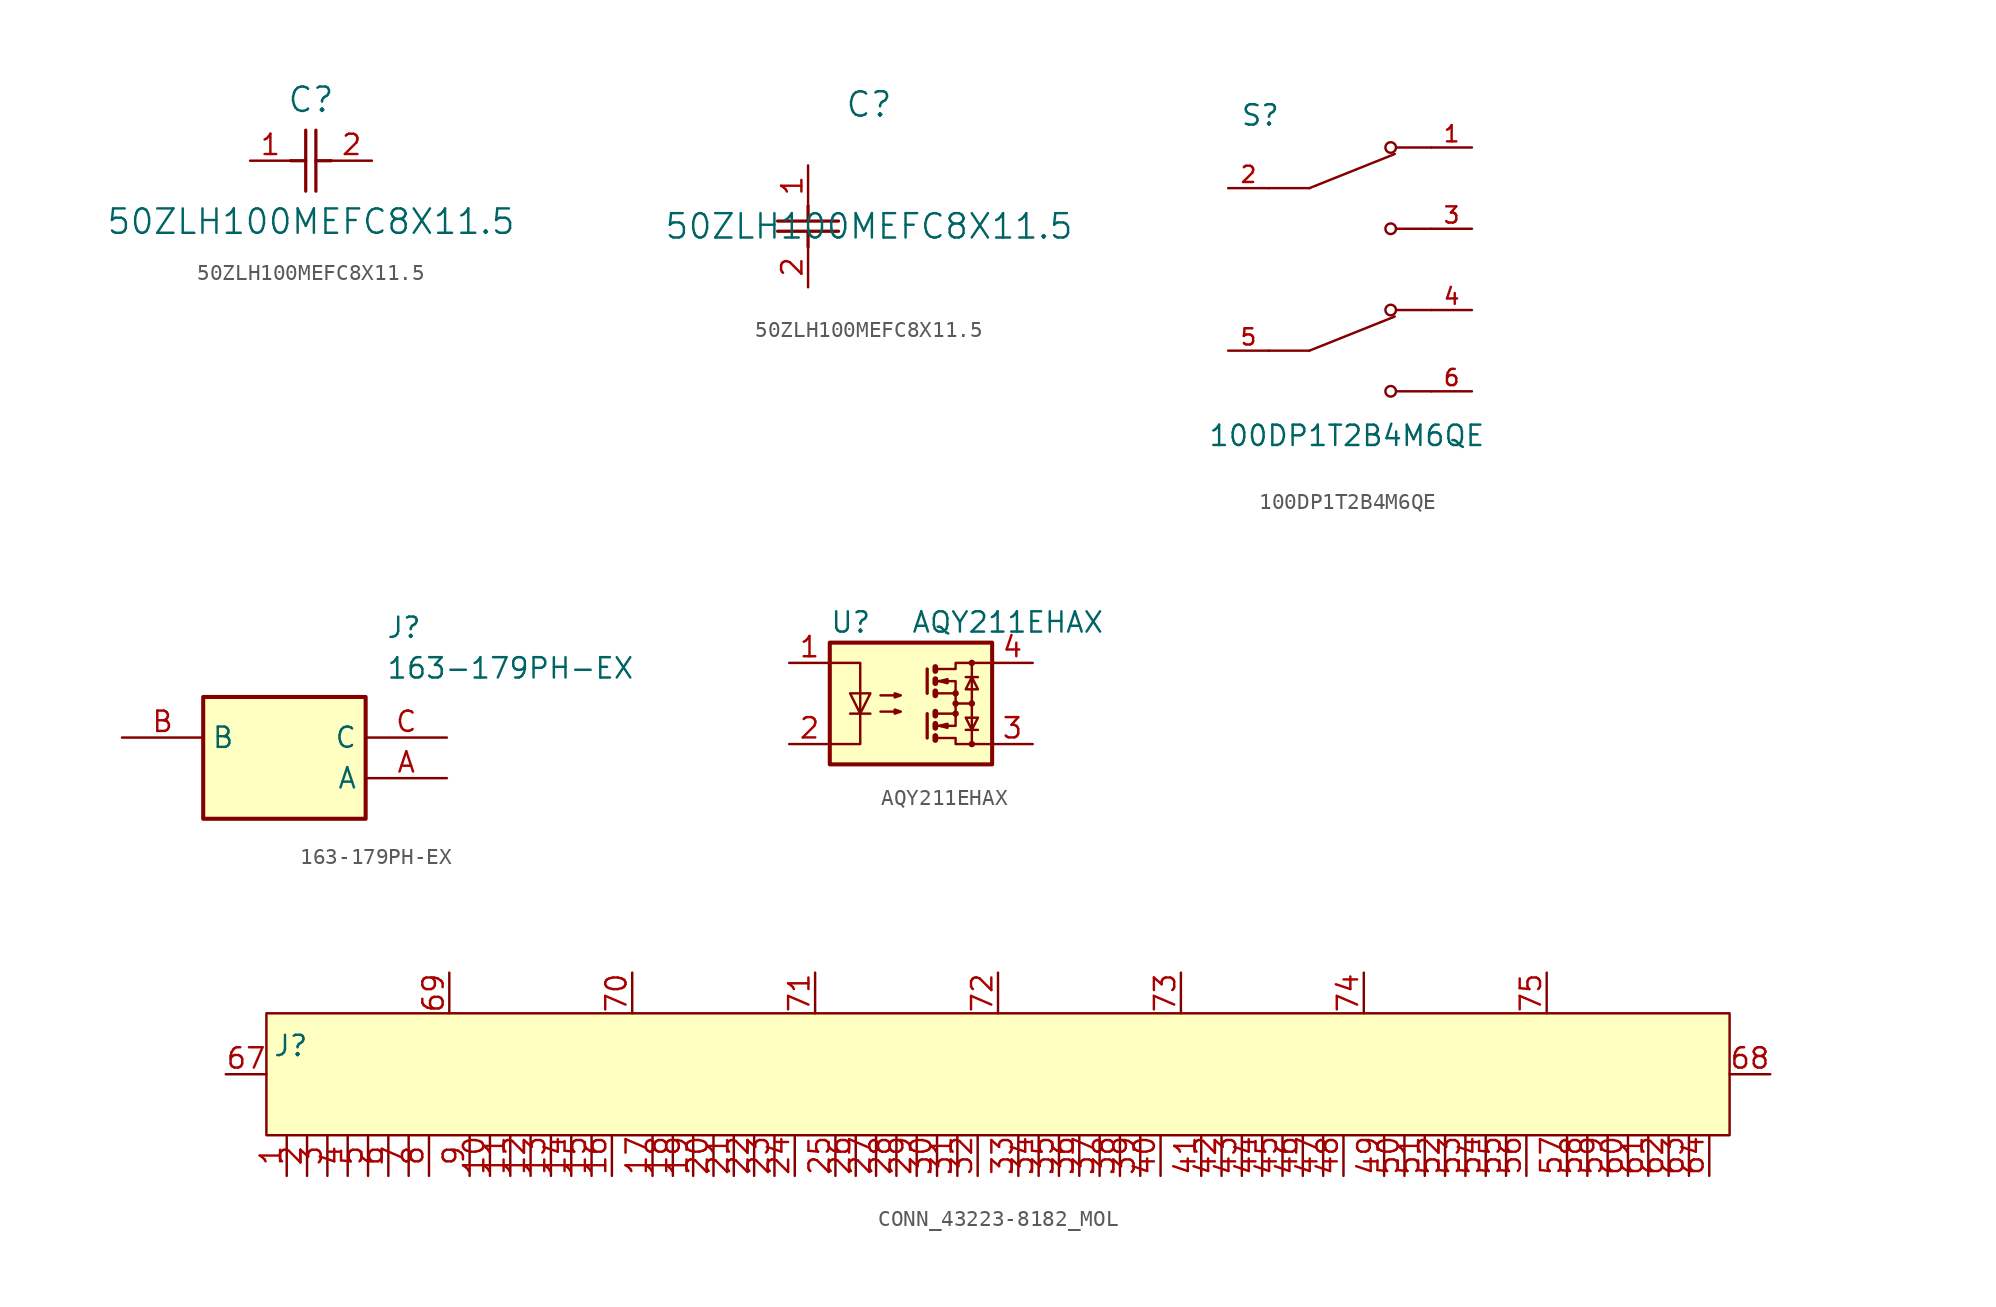
<source format=kicad_sym>
(kicad_symbol_lib
  (version 20231120)
  (generator "kicad_symbol_editor")
  (generator_version "8.0")
  (symbol "50ZLH100MEFC8X11.5"
    (pin_names
      (offset 0.254))
    (property "Reference" "C"
      (at 3.81 3.81 0)
      (effects (font (size 1.524 1.524))))
    (property "Value" "50ZLH100MEFC8X11.5"
      (at 3.81 -3.81 0)
      (effects (font (size 1.524 1.524))))
    (property "ki_locked" ""
      (at 0 0 0)
      (effects (font (size 1.27 1.27))))
    (symbol "50ZLH100MEFC8X11.5_1_1"
      (polyline (pts (xy 2.54 0) (xy 3.48 0)) (stroke (width 0.203) (type default)) (fill (type none)))
      (polyline (pts (xy 3.48 -1.905) (xy 3.48 1.905)) (stroke (width 0.203) (type default)) (fill (type none)))
      (polyline (pts (xy 4.115 -1.905) (xy 4.115 1.905)) (stroke (width 0.203) (type default)) (fill (type none)))
      (polyline (pts (xy 4.115 0) (xy 5.08 0)) (stroke (width 0.203) (type default)) (fill (type none)))
      (pin unspecified line (at 0 0 0) (length 2.54) (name "" (effects (font (size 1.27 1.27)))) (number "1" (effects (font (size 1.27 1.27)))))
      (pin unspecified line (at 7.62 0 180) (length 2.54) (name "" (effects (font (size 1.27 1.27)))) (number "2" (effects (font (size 1.27 1.27))))))
    (symbol "50ZLH100MEFC8X11.5_1_2"
      (polyline (pts (xy -1.905 -4.115) (xy 1.905 -4.115)) (stroke (width 0.203) (type default)) (fill (type none)))
      (polyline (pts (xy -1.905 -3.48) (xy 1.905 -3.48)) (stroke (width 0.203) (type default)) (fill (type none)))
      (polyline (pts (xy 0 -4.115) (xy 0 -5.08)) (stroke (width 0.203) (type default)) (fill (type none)))
      (polyline (pts (xy 0 -2.54) (xy 0 -3.48)) (stroke (width 0.203) (type default)) (fill (type none)))
      (pin unspecified line (at 0 0 270) (length 2.54) (name "" (effects (font (size 1.27 1.27)))) (number "1" (effects (font (size 1.27 1.27)))))
      (pin unspecified line (at 0 -7.62 90) (length 2.54) (name "" (effects (font (size 1.27 1.27)))) (number "2" (effects (font (size 1.27 1.27)))))))
  (symbol "100DP1T2B4M6QE"
    (pin_names
      (offset 1.016))
    (property "Reference" "S"
      (at -6.858 8.89 0)
      (effects (font (size 1.27 1.27)) (justify left bottom)))
    (property "Value" "100DP1T2B4M6QE"
      (at -8.89 -9.652 0)
      (effects (font (size 1.27 1.27)) (justify left top)))
    (symbol "100DP1T2B4M6QE_0_0"
      (polyline (pts (xy -2.54 -5.08) (xy -5.08 -5.08)) (stroke (width 0.152) (type default)) (fill (type none)))
      (polyline (pts (xy -2.54 -5.08) (xy 2.794 -2.946)) (stroke (width 0.152) (type default)) (fill (type none)))
      (polyline (pts (xy -2.54 5.08) (xy -5.08 5.08)) (stroke (width 0.152) (type default)) (fill (type none)))
      (polyline (pts (xy -2.54 5.08) (xy 2.794 7.214)) (stroke (width 0.152) (type default)) (fill (type none)))
      (polyline (pts (xy 5.08 -7.62) (xy 2.921 -7.62)) (stroke (width 0.152) (type default)) (fill (type none)))
      (polyline (pts (xy 5.08 -2.54) (xy 2.921 -2.54)) (stroke (width 0.152) (type default)) (fill (type none)))
      (polyline (pts (xy 5.08 2.54) (xy 2.921 2.54)) (stroke (width 0.152) (type default)) (fill (type none)))
      (polyline (pts (xy 5.08 7.62) (xy 2.921 7.62)) (stroke (width 0.152) (type default)) (fill (type none)))
      (circle (center 2.54 -7.62) (radius 0.33) (stroke (width 0.152) (type default)) (fill (type none)))
      (circle (center 2.54 -2.54) (radius 0.33) (stroke (width 0.152) (type default)) (fill (type none)))
      (circle (center 2.54 2.54) (radius 0.33) (stroke (width 0.152) (type default)) (fill (type none)))
      (circle (center 2.54 7.62) (radius 0.33) (stroke (width 0.152) (type default)) (fill (type none)))
      (pin passive line (at 7.62 7.62 180) (length 2.54) (name "~" (effects (font (size 1.016 1.016)))) (number "1" (effects (font (size 1.016 1.016)))))
      (pin passive line (at -7.62 5.08 0) (length 2.54) (name "~" (effects (font (size 1.016 1.016)))) (number "2" (effects (font (size 1.016 1.016)))))
      (pin passive line (at 7.62 2.54 180) (length 2.54) (name "~" (effects (font (size 1.016 1.016)))) (number "3" (effects (font (size 1.016 1.016)))))
      (pin passive line (at 7.62 -2.54 180) (length 2.54) (name "~" (effects (font (size 1.016 1.016)))) (number "4" (effects (font (size 1.016 1.016)))))
      (pin passive line (at -7.62 -5.08 0) (length 2.54) (name "~" (effects (font (size 1.016 1.016)))) (number "5" (effects (font (size 1.016 1.016)))))
      (pin passive line (at 7.62 -7.62 180) (length 2.54) (name "~" (effects (font (size 1.016 1.016)))) (number "6" (effects (font (size 1.016 1.016)))))))
  (symbol "163-179PH-EX"
    (property "Reference" "J"
      (at 16.51 7.62 0)
      (effects (font (size 1.27 1.27)) (justify left top)))
    (property "Value" "163-179PH-EX"
      (at 16.51 5.08 0)
      (effects (font (size 1.27 1.27)) (justify left top)))
    (symbol "163-179PH-EX_1_1"
      (rectangle (start 5.08 2.54) (end 15.24 -5.08) (stroke (width 0.254) (type default)) (fill (type background)))
      (pin passive line (at 20.32 -2.54 180) (length 5.08) (name "A" (effects (font (size 1.27 1.27)))) (number "A" (effects (font (size 1.27 1.27)))))
      (pin passive line (at 0 0 0) (length 5.08) (name "B" (effects (font (size 1.27 1.27)))) (number "B" (effects (font (size 1.27 1.27)))))
      (pin passive line (at 20.32 0 180) (length 5.08) (name "C" (effects (font (size 1.27 1.27)))) (number "C" (effects (font (size 1.27 1.27)))))))
  (symbol "AQY211EHAX"
    (property "Reference" "U"
      (at -5.08 5.08 0)
      (effects (font (size 1.27 1.27)) (justify left)))
    (property "Value" "AQY211EHAX"
      (at 0 5.08 0)
      (effects (font (size 1.27 1.27)) (justify left)))
    (symbol "AQY211EHAX_0_1"
      (polyline (pts (xy -3.81 -0.635) (xy -2.54 -0.635)) (stroke (width 0) (type default)) (fill (type none)))
      (polyline (pts (xy 1.016 -0.635) (xy 1.016 -2.159)) (stroke (width 0.203) (type default)) (fill (type none)))
      (polyline (pts (xy 1.016 2.159) (xy 1.016 0.635)) (stroke (width 0.203) (type default)) (fill (type none)))
      (polyline (pts (xy 1.524 -0.508) (xy 1.524 -0.762)) (stroke (width 0.356) (type default)) (fill (type none)))
      (polyline (pts (xy 2.794 0) (xy 3.81 0)) (stroke (width 0) (type default)) (fill (type none)))
      (polyline (pts (xy 3.429 -1.651) (xy 4.191 -1.651)) (stroke (width 0) (type default)) (fill (type none)))
      (polyline (pts (xy 3.429 1.651) (xy 4.191 1.651)) (stroke (width 0) (type default)) (fill (type none)))
      (polyline (pts (xy 3.81 -2.54) (xy 3.81 2.54)) (stroke (width 0) (type default)) (fill (type none)))
      (polyline (pts (xy 1.524 -2.032) (xy 1.524 -2.286) (xy 1.524 -2.286)) (stroke (width 0.356) (type default)) (fill (type none)))
      (polyline (pts (xy 1.524 -1.27) (xy 1.524 -1.524) (xy 1.524 -1.524)) (stroke (width 0.356) (type default)) (fill (type none)))
      (polyline (pts (xy 1.524 0.762) (xy 1.524 0.508) (xy 1.524 0.508)) (stroke (width 0.356) (type default)) (fill (type none)))
      (polyline (pts (xy 1.524 1.524) (xy 1.524 1.27) (xy 1.524 1.27)) (stroke (width 0.356) (type default)) (fill (type none)))
      (polyline (pts (xy 1.524 2.286) (xy 1.524 2.032) (xy 1.524 2.032)) (stroke (width 0.356) (type default)) (fill (type none)))
      (polyline (pts (xy 1.651 -1.397) (xy 2.794 -1.397) (xy 2.794 -0.635)) (stroke (width 0) (type default)) (fill (type none)))
      (polyline (pts (xy 1.651 1.397) (xy 2.794 1.397) (xy 2.794 0.635)) (stroke (width 0) (type default)) (fill (type none)))
      (polyline (pts (xy -5.08 2.54) (xy -3.175 2.54) (xy -3.175 -2.54) (xy -5.08 -2.54)) (stroke (width 0) (type default)) (fill (type none)))
      (polyline (pts (xy -3.175 -0.635) (xy -3.81 0.635) (xy -2.54 0.635) (xy -3.175 -0.635)) (stroke (width 0) (type default)) (fill (type none)))
      (polyline (pts (xy 1.651 -2.159) (xy 2.794 -2.159) (xy 2.794 -2.54) (xy 5.08 -2.54)) (stroke (width 0) (type default)) (fill (type none)))
      (polyline (pts (xy 1.651 -0.635) (xy 2.794 -0.635) (xy 2.794 0.635) (xy 1.651 0.635)) (stroke (width 0) (type default)) (fill (type none)))
      (polyline (pts (xy 1.651 2.159) (xy 2.794 2.159) (xy 2.794 2.54) (xy 5.08 2.54)) (stroke (width 0) (type default)) (fill (type none)))
      (polyline (pts (xy 1.778 -1.397) (xy 2.286 -1.27) (xy 2.286 -1.524) (xy 1.778 -1.397)) (stroke (width 0) (type default)) (fill (type none)))
      (polyline (pts (xy 1.778 1.397) (xy 2.286 1.524) (xy 2.286 1.27) (xy 1.778 1.397)) (stroke (width 0) (type default)) (fill (type none)))
      (polyline (pts (xy 3.81 -1.651) (xy 3.429 -0.889) (xy 4.191 -0.889) (xy 3.81 -1.651)) (stroke (width 0) (type default)) (fill (type none)))
      (polyline (pts (xy 3.81 1.651) (xy 3.429 0.889) (xy 4.191 0.889) (xy 3.81 1.651)) (stroke (width 0) (type default)) (fill (type none)))
      (polyline (pts (xy -1.905 -0.508) (xy -0.635 -0.508) (xy -1.016 -0.635) (xy -1.016 -0.381) (xy -0.635 -0.508)) (stroke (width 0) (type default)) (fill (type none)))
      (polyline (pts (xy -1.905 0.508) (xy -0.635 0.508) (xy -1.016 0.381) (xy -1.016 0.635) (xy -0.635 0.508)) (stroke (width 0) (type default)) (fill (type none)))
      (circle (center 2.794 -0.635) (radius 0.127) (stroke (width 0) (type default)) (fill (type none)))
      (circle (center 2.794 0) (radius 0.127) (stroke (width 0) (type default)) (fill (type none)))
      (circle (center 2.794 0.635) (radius 0.127) (stroke (width 0) (type default)) (fill (type none)))
      (circle (center 3.81 -2.54) (radius 0.127) (stroke (width 0) (type default)) (fill (type none)))
      (circle (center 3.81 0) (radius 0.127) (stroke (width 0) (type default)) (fill (type none)))
      (circle (center 3.81 2.54) (radius 0.127) (stroke (width 0) (type default)) (fill (type none))))
    (symbol "AQY211EHAX_1_1"
      (rectangle (start -5.08 3.81) (end 5.08 -3.81) (stroke (width 0.254) (type default)) (fill (type background)))
      (pin passive line (at -7.62 2.54 0) (length 2.54) (name "~" (effects (font (size 1.27 1.27)))) (number "1" (effects (font (size 1.27 1.27)))))
      (pin passive line (at -7.62 -2.54 0) (length 2.54) (name "~" (effects (font (size 1.27 1.27)))) (number "2" (effects (font (size 1.27 1.27)))))
      (pin passive line (at 7.62 -2.54 180) (length 2.54) (name "~" (effects (font (size 1.27 1.27)))) (number "3" (effects (font (size 1.27 1.27)))))
      (pin passive line (at 7.62 2.54 180) (length 2.54) (name "~" (effects (font (size 1.27 1.27)))) (number "4" (effects (font (size 1.27 1.27)))))))
  (symbol "CONN_43223-8182_MOL"
    (property "Reference" "J"
      (at -44.196 1.778 0)
      (effects (font (size 1.27 1.27))))
    (property "Value" ""
      (at -47.498 -3.302 90)
      (effects (font (size 1.27 1.27))))
    (symbol "CONN_43223-8182_MOL_1_1"
      (rectangle (start -45.72 3.81) (end 45.72 -3.81) (stroke (width 0) (type default)) (fill (type color) (color 255 255 194 1)))
      (pin bidirectional line (at -44.45 -6.35 90) (length 2.54) (name "" (effects (font (size 1.27 1.27)))) (number "1" (effects (font (size 1.27 1.27)))))
      (pin bidirectional line (at -31.75 -6.35 90) (length 2.54) (name "" (effects (font (size 1.27 1.27)))) (number "10" (effects (font (size 1.27 1.27)))))
      (pin bidirectional line (at -30.48 -6.35 90) (length 2.54) (name "" (effects (font (size 1.27 1.27)))) (number "11" (effects (font (size 1.27 1.27)))))
      (pin bidirectional line (at -29.21 -6.35 90) (length 2.54) (name "" (effects (font (size 1.27 1.27)))) (number "12" (effects (font (size 1.27 1.27)))))
      (pin bidirectional line (at -27.94 -6.35 90) (length 2.54) (name "" (effects (font (size 1.27 1.27)))) (number "13" (effects (font (size 1.27 1.27)))))
      (pin bidirectional line (at -26.67 -6.35 90) (length 2.54) (name "" (effects (font (size 1.27 1.27)))) (number "14" (effects (font (size 1.27 1.27)))))
      (pin bidirectional line (at -25.4 -6.35 90) (length 2.54) (name "" (effects (font (size 1.27 1.27)))) (number "15" (effects (font (size 1.27 1.27)))))
      (pin bidirectional line (at -24.13 -6.35 90) (length 2.54) (name "" (effects (font (size 1.27 1.27)))) (number "16" (effects (font (size 1.27 1.27)))))
      (pin bidirectional line (at -21.59 -6.35 90) (length 2.54) (name "" (effects (font (size 1.27 1.27)))) (number "17" (effects (font (size 1.27 1.27)))))
      (pin bidirectional line (at -20.32 -6.35 90) (length 2.54) (name "" (effects (font (size 1.27 1.27)))) (number "18" (effects (font (size 1.27 1.27)))))
      (pin bidirectional line (at -19.05 -6.35 90) (length 2.54) (name "" (effects (font (size 1.27 1.27)))) (number "19" (effects (font (size 1.27 1.27)))))
      (pin bidirectional line (at -43.18 -6.35 90) (length 2.54) (name "" (effects (font (size 1.27 1.27)))) (number "2" (effects (font (size 1.27 1.27)))))
      (pin bidirectional line (at -17.78 -6.35 90) (length 2.54) (name "" (effects (font (size 1.27 1.27)))) (number "20" (effects (font (size 1.27 1.27)))))
      (pin bidirectional line (at -16.51 -6.35 90) (length 2.54) (name "" (effects (font (size 1.27 1.27)))) (number "21" (effects (font (size 1.27 1.27)))))
      (pin bidirectional line (at -15.24 -6.35 90) (length 2.54) (name "" (effects (font (size 1.27 1.27)))) (number "22" (effects (font (size 1.27 1.27)))))
      (pin bidirectional line (at -13.97 -6.35 90) (length 2.54) (name "" (effects (font (size 1.27 1.27)))) (number "23" (effects (font (size 1.27 1.27)))))
      (pin bidirectional line (at -12.7 -6.35 90) (length 2.54) (name "" (effects (font (size 1.27 1.27)))) (number "24" (effects (font (size 1.27 1.27)))))
      (pin bidirectional line (at -10.16 -6.35 90) (length 2.54) (name "" (effects (font (size 1.27 1.27)))) (number "25" (effects (font (size 1.27 1.27)))))
      (pin bidirectional line (at -8.89 -6.35 90) (length 2.54) (name "" (effects (font (size 1.27 1.27)))) (number "26" (effects (font (size 1.27 1.27)))))
      (pin bidirectional line (at -7.62 -6.35 90) (length 2.54) (name "" (effects (font (size 1.27 1.27)))) (number "27" (effects (font (size 1.27 1.27)))))
      (pin bidirectional line (at -6.35 -6.35 90) (length 2.54) (name "" (effects (font (size 1.27 1.27)))) (number "28" (effects (font (size 1.27 1.27)))))
      (pin bidirectional line (at -5.08 -6.35 90) (length 2.54) (name "" (effects (font (size 1.27 1.27)))) (number "29" (effects (font (size 1.27 1.27)))))
      (pin bidirectional line (at -41.91 -6.35 90) (length 2.54) (name "" (effects (font (size 1.27 1.27)))) (number "3" (effects (font (size 1.27 1.27)))))
      (pin bidirectional line (at -3.81 -6.35 90) (length 2.54) (name "" (effects (font (size 1.27 1.27)))) (number "30" (effects (font (size 1.27 1.27)))))
      (pin bidirectional line (at -2.54 -6.35 90) (length 2.54) (name "" (effects (font (size 1.27 1.27)))) (number "31" (effects (font (size 1.27 1.27)))))
      (pin bidirectional line (at -1.27 -6.35 90) (length 2.54) (name "" (effects (font (size 1.27 1.27)))) (number "32" (effects (font (size 1.27 1.27)))))
      (pin bidirectional line (at 1.27 -6.35 90) (length 2.54) (name "" (effects (font (size 1.27 1.27)))) (number "33" (effects (font (size 1.27 1.27)))))
      (pin bidirectional line (at 2.54 -6.35 90) (length 2.54) (name "" (effects (font (size 1.27 1.27)))) (number "34" (effects (font (size 1.27 1.27)))))
      (pin bidirectional line (at 3.81 -6.35 90) (length 2.54) (name "" (effects (font (size 1.27 1.27)))) (number "35" (effects (font (size 1.27 1.27)))))
      (pin bidirectional line (at 5.08 -6.35 90) (length 2.54) (name "" (effects (font (size 1.27 1.27)))) (number "36" (effects (font (size 1.27 1.27)))))
      (pin bidirectional line (at 6.35 -6.35 90) (length 2.54) (name "" (effects (font (size 1.27 1.27)))) (number "37" (effects (font (size 1.27 1.27)))))
      (pin bidirectional line (at 7.62 -6.35 90) (length 2.54) (name "" (effects (font (size 1.27 1.27)))) (number "38" (effects (font (size 1.27 1.27)))))
      (pin bidirectional line (at 8.89 -6.35 90) (length 2.54) (name "" (effects (font (size 1.27 1.27)))) (number "39" (effects (font (size 1.27 1.27)))))
      (pin bidirectional line (at -40.64 -6.35 90) (length 2.54) (name "" (effects (font (size 1.27 1.27)))) (number "4" (effects (font (size 1.27 1.27)))))
      (pin bidirectional line (at 10.16 -6.35 90) (length 2.54) (name "" (effects (font (size 1.27 1.27)))) (number "40" (effects (font (size 1.27 1.27)))))
      (pin bidirectional line (at 12.7 -6.35 90) (length 2.54) (name "" (effects (font (size 1.27 1.27)))) (number "41" (effects (font (size 1.27 1.27)))))
      (pin bidirectional line (at 13.97 -6.35 90) (length 2.54) (name "" (effects (font (size 1.27 1.27)))) (number "42" (effects (font (size 1.27 1.27)))))
      (pin bidirectional line (at 15.24 -6.35 90) (length 2.54) (name "" (effects (font (size 1.27 1.27)))) (number "43" (effects (font (size 1.27 1.27)))))
      (pin bidirectional line (at 16.51 -6.35 90) (length 2.54) (name "" (effects (font (size 1.27 1.27)))) (number "44" (effects (font (size 1.27 1.27)))))
      (pin bidirectional line (at 17.78 -6.35 90) (length 2.54) (name "" (effects (font (size 1.27 1.27)))) (number "45" (effects (font (size 1.27 1.27)))))
      (pin bidirectional line (at 19.05 -6.35 90) (length 2.54) (name "" (effects (font (size 1.27 1.27)))) (number "46" (effects (font (size 1.27 1.27)))))
      (pin bidirectional line (at 20.32 -6.35 90) (length 2.54) (name "" (effects (font (size 1.27 1.27)))) (number "47" (effects (font (size 1.27 1.27)))))
      (pin bidirectional line (at 21.59 -6.35 90) (length 2.54) (name "" (effects (font (size 1.27 1.27)))) (number "48" (effects (font (size 1.27 1.27)))))
      (pin bidirectional line (at 24.13 -6.35 90) (length 2.54) (name "" (effects (font (size 1.27 1.27)))) (number "49" (effects (font (size 1.27 1.27)))))
      (pin bidirectional line (at -39.37 -6.35 90) (length 2.54) (name "" (effects (font (size 1.27 1.27)))) (number "5" (effects (font (size 1.27 1.27)))))
      (pin bidirectional line (at 25.4 -6.35 90) (length 2.54) (name "" (effects (font (size 1.27 1.27)))) (number "50" (effects (font (size 1.27 1.27)))))
      (pin bidirectional line (at 26.67 -6.35 90) (length 2.54) (name "" (effects (font (size 1.27 1.27)))) (number "51" (effects (font (size 1.27 1.27)))))
      (pin bidirectional line (at 27.94 -6.35 90) (length 2.54) (name "" (effects (font (size 1.27 1.27)))) (number "52" (effects (font (size 1.27 1.27)))))
      (pin bidirectional line (at 29.21 -6.35 90) (length 2.54) (name "" (effects (font (size 1.27 1.27)))) (number "53" (effects (font (size 1.27 1.27)))))
      (pin bidirectional line (at 30.48 -6.35 90) (length 2.54) (name "" (effects (font (size 1.27 1.27)))) (number "54" (effects (font (size 1.27 1.27)))))
      (pin bidirectional line (at 31.75 -6.35 90) (length 2.54) (name "" (effects (font (size 1.27 1.27)))) (number "55" (effects (font (size 1.27 1.27)))))
      (pin bidirectional line (at 33.02 -6.35 90) (length 2.54) (name "" (effects (font (size 1.27 1.27)))) (number "56" (effects (font (size 1.27 1.27)))))
      (pin bidirectional line (at 35.56 -6.35 90) (length 2.54) (name "" (effects (font (size 1.27 1.27)))) (number "57" (effects (font (size 1.27 1.27)))))
      (pin bidirectional line (at 36.83 -6.35 90) (length 2.54) (name "" (effects (font (size 1.27 1.27)))) (number "58" (effects (font (size 1.27 1.27)))))
      (pin bidirectional line (at 38.1 -6.35 90) (length 2.54) (name "" (effects (font (size 1.27 1.27)))) (number "59" (effects (font (size 1.27 1.27)))))
      (pin bidirectional line (at -38.1 -6.35 90) (length 2.54) (name "" (effects (font (size 1.27 1.27)))) (number "6" (effects (font (size 1.27 1.27)))))
      (pin bidirectional line (at 39.37 -6.35 90) (length 2.54) (name "" (effects (font (size 1.27 1.27)))) (number "60" (effects (font (size 1.27 1.27)))))
      (pin bidirectional line (at 40.64 -6.35 90) (length 2.54) (name "" (effects (font (size 1.27 1.27)))) (number "61" (effects (font (size 1.27 1.27)))))
      (pin bidirectional line (at 41.91 -6.35 90) (length 2.54) (name "" (effects (font (size 1.27 1.27)))) (number "62" (effects (font (size 1.27 1.27)))))
      (pin bidirectional line (at 43.18 -6.35 90) (length 2.54) (name "" (effects (font (size 1.27 1.27)))) (number "63" (effects (font (size 1.27 1.27)))))
      (pin bidirectional line (at 44.45 -6.35 90) (length 2.54) (name "" (effects (font (size 1.27 1.27)))) (number "64" (effects (font (size 1.27 1.27)))))
      (pin bidirectional line (at -48.26 0 0) (length 2.54) (name "" (effects (font (size 1.27 1.27)))) (number "67" (effects (font (size 1.27 1.27)))))
      (pin bidirectional line (at 48.26 0 180) (length 2.54) (name "" (effects (font (size 1.27 1.27)))) (number "68" (effects (font (size 1.27 1.27)))))
      (pin bidirectional line (at -34.29 6.35 270) (length 2.54) (name "" (effects (font (size 1.27 1.27)))) (number "69" (effects (font (size 1.27 1.27)))))
      (pin bidirectional line (at -36.83 -6.35 90) (length 2.54) (name "" (effects (font (size 1.27 1.27)))) (number "7" (effects (font (size 1.27 1.27)))))
      (pin bidirectional line (at -22.86 6.35 270) (length 2.54) (name "" (effects (font (size 1.27 1.27)))) (number "70" (effects (font (size 1.27 1.27)))))
      (pin bidirectional line (at -11.43 6.35 270) (length 2.54) (name "" (effects (font (size 1.27 1.27)))) (number "71" (effects (font (size 1.27 1.27)))))
      (pin bidirectional line (at 0 6.35 270) (length 2.54) (name "" (effects (font (size 1.27 1.27)))) (number "72" (effects (font (size 1.27 1.27)))))
      (pin bidirectional line (at 11.43 6.35 270) (length 2.54) (name "" (effects (font (size 1.27 1.27)))) (number "73" (effects (font (size 1.27 1.27)))))
      (pin bidirectional line (at 22.86 6.35 270) (length 2.54) (name "" (effects (font (size 1.27 1.27)))) (number "74" (effects (font (size 1.27 1.27)))))
      (pin bidirectional line (at 34.29 6.35 270) (length 2.54) (name "" (effects (font (size 1.27 1.27)))) (number "75" (effects (font (size 1.27 1.27)))))
      (pin bidirectional line (at -35.56 -6.35 90) (length 2.54) (name "" (effects (font (size 1.27 1.27)))) (number "8" (effects (font (size 1.27 1.27)))))
      (pin bidirectional line (at -33.02 -6.35 90) (length 2.54) (name "" (effects (font (size 1.27 1.27)))) (number "9" (effects (font (size 1.27 1.27))))))))
</source>
